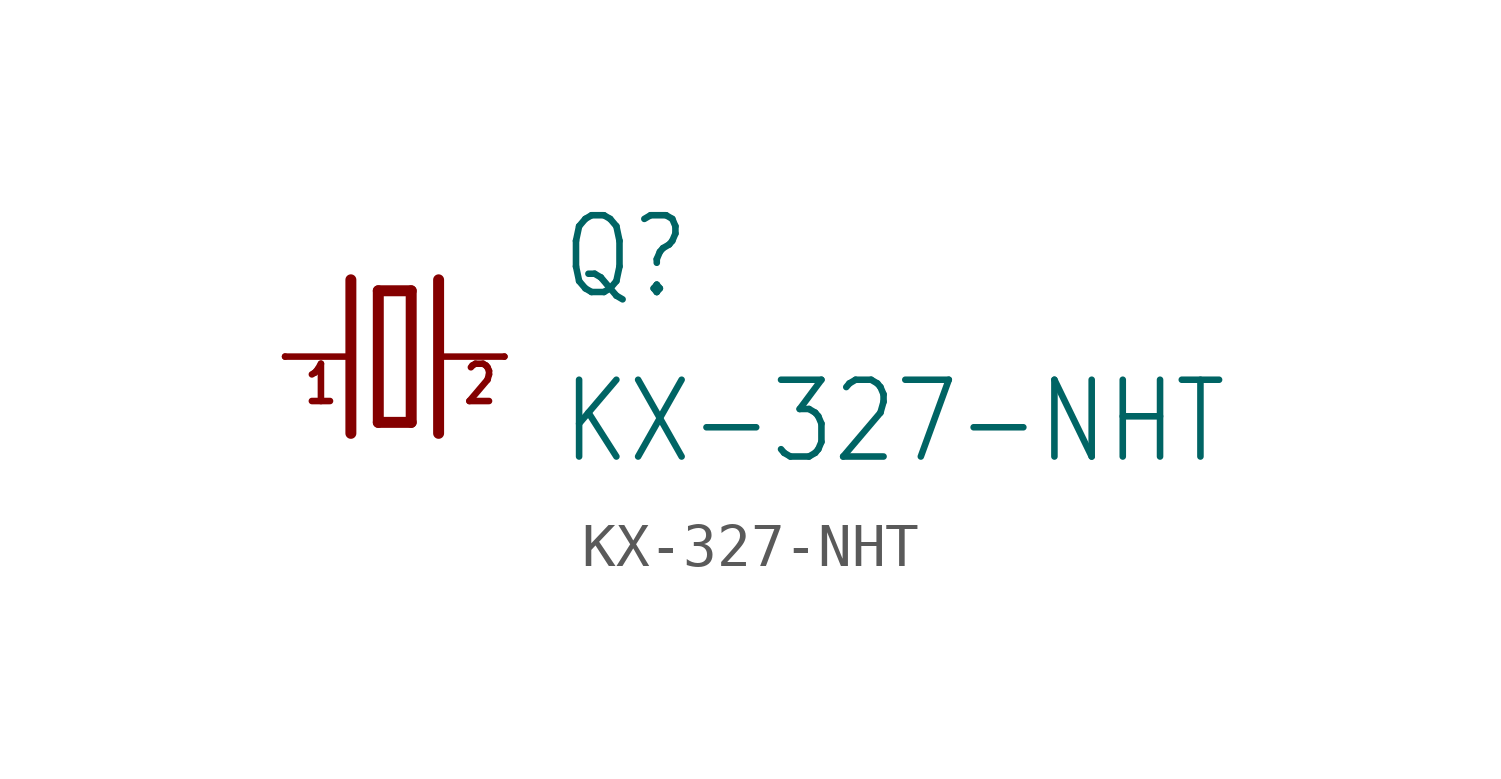
<source format=kicad_sym>
(kicad_symbol_lib
  (version 20211014)
  (generator kicad_symbol_editor)
  (symbol "KX-327-NHT"
    (property "Reference" "Q"
      (at 3.81 1.27 0)
      (effects (font (size 1.778 1.511)) (justify left bottom)))
    (property "Value" "KX-327-NHT"
      (at 3.81 -2.54 0)
      (effects (font (size 1.778 1.511)) (justify left bottom)))
    (property "ki_locked" ""
      (at 0 0 0)
      (effects (font (size 1.27 1.27))))
    (symbol "KX-327-NHT_1_0"
      (polyline (pts (xy -2.54 0) (xy -1.016 0)) (stroke (width 0.152) (type default) (color 0 0 0 0)) (fill (type none)))
      (polyline (pts (xy -1.016 1.778) (xy -1.016 -1.778)) (stroke (width 0.254) (type default) (color 0 0 0 0)) (fill (type none)))
      (polyline (pts (xy -0.381 -1.524) (xy 0.381 -1.524)) (stroke (width 0.254) (type default) (color 0 0 0 0)) (fill (type none)))
      (polyline (pts (xy -0.381 1.524) (xy -0.381 -1.524)) (stroke (width 0.254) (type default) (color 0 0 0 0)) (fill (type none)))
      (polyline (pts (xy 0.381 -1.524) (xy 0.381 1.524)) (stroke (width 0.254) (type default) (color 0 0 0 0)) (fill (type none)))
      (polyline (pts (xy 0.381 1.524) (xy -0.381 1.524)) (stroke (width 0.254) (type default) (color 0 0 0 0)) (fill (type none)))
      (polyline (pts (xy 1.016 0) (xy 2.54 0)) (stroke (width 0.152) (type default) (color 0 0 0 0)) (fill (type none)))
      (polyline (pts (xy 1.016 1.778) (xy 1.016 -1.778)) (stroke (width 0.254) (type default) (color 0 0 0 0)) (fill (type none)))
      (text "1" (at -2.159 -1.143 0) (effects (font (size 0.864 0.734)) (justify left bottom)))
      (text "2" (at 1.524 -1.143 0) (effects (font (size 0.864 0.734)) (justify left bottom)))
      (pin passive line (at -2.54 0 0) (length 0) (name "1" (effects (font (size 0 0)))) (number "1" (effects (font (size 0 0)))))
      (pin passive line (at 2.54 0 180) (length 0) (name "2" (effects (font (size 0 0)))) (number "2" (effects (font (size 0 0))))))))
</source>
